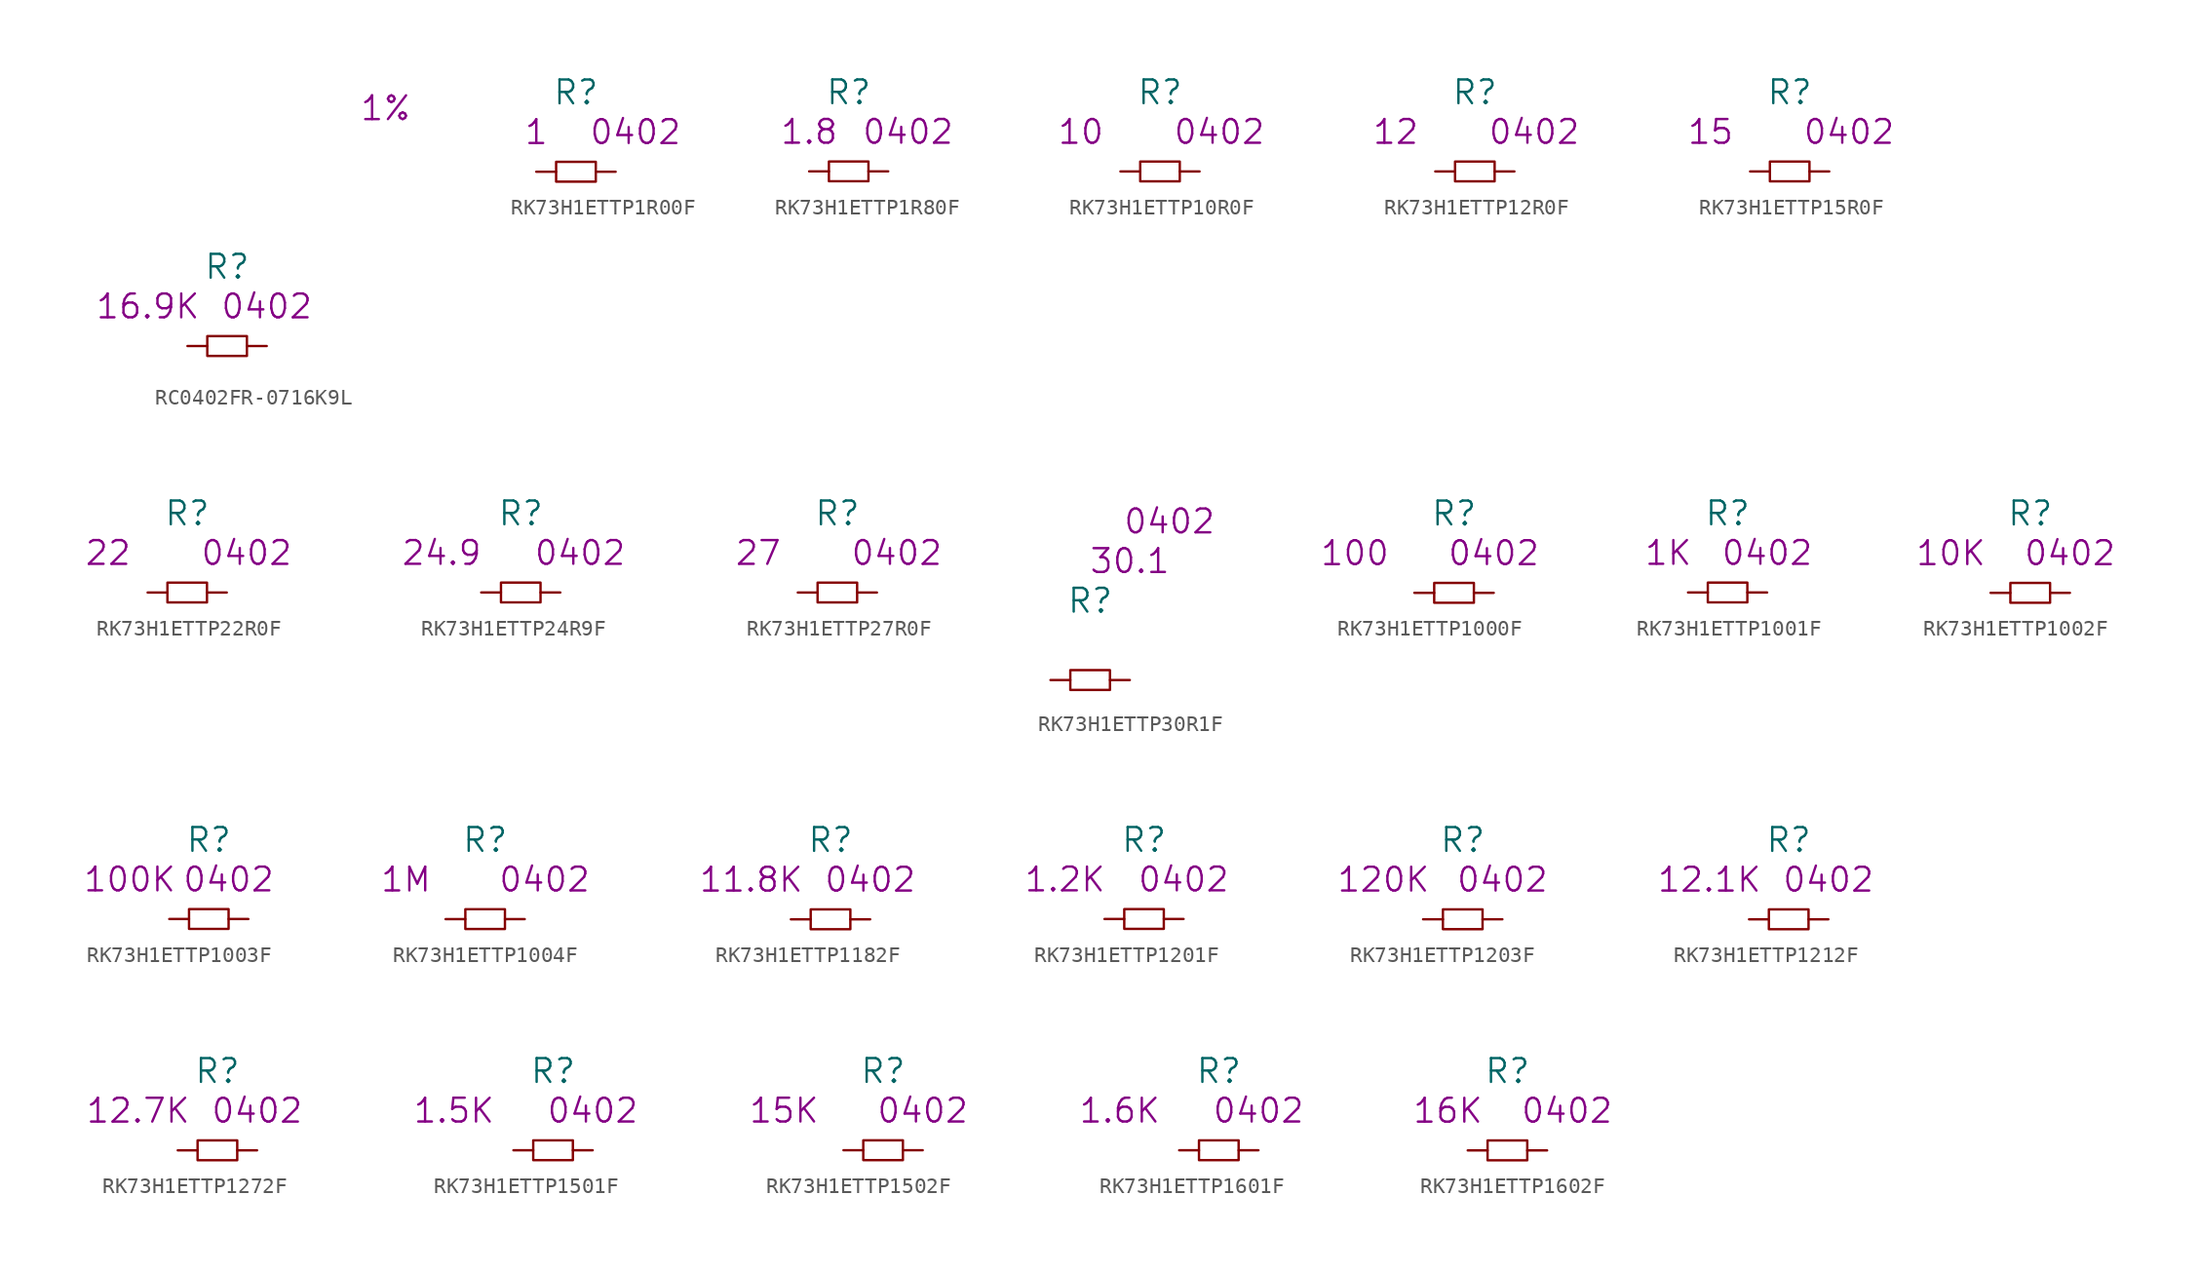
<source format=kicad_sym>
(kicad_symbol_lib
  (version 20220914)
  (generator kicad_symbol_editor)
  (symbol "RC0402FR-0716K9L"
    (pin_numbers hide)
    (pin_names
      (offset 1.016) hide)
    (property "Reference" "R"
      (at 0 5.08 0)
      (effects (font (size 1.524 1.524))))
    (property "Value2" "16.9K"
      (at -5.08 2.54 0)
      (effects (font (size 1.524 1.524))))
    (property "Size" "0402"
      (at 2.54 2.54 0)
      (effects (font (size 1.524 1.524))))
    (property "Tolerance" "1%"
      (at 10.16 15.24 0)
      (effects (font (size 1.524 1.524))))
    (symbol "RC0402FR-0716K9L_0_1"
      (rectangle (start -1.27 0.635) (end 1.27 -0.635) (stroke (width 0) (type solid)) (fill (type none))))
    (symbol "RC0402FR-0716K9L_1_1"
      (pin passive line (at -2.54 0 0) (length 1.27) (name "1" (effects (font (size 1.27 1.27)))) (number "1" (effects (font (size 1.27 1.27)))))
      (pin passive line (at 2.54 0 180) (length 1.27) (name "2" (effects (font (size 1.27 1.27)))) (number "2" (effects (font (size 1.27 1.27)))))))
  (symbol "RK73H1ETTP1R00F"
    (pin_numbers hide)
    (pin_names
      (offset 1.016) hide)
    (property "Reference" "R"
      (at 0 5.08 0)
      (effects (font (size 1.524 1.524))))
    (property "Datasheet" ""
      (at 0 5.08 0)
      (effects (font (size 1.524 1.524))))
    (property "Size" "0402"
      (at 3.81 2.54 0)
      (effects (font (size 1.524 1.524))))
    (property "Value2" "1"
      (at -2.54 2.54 0)
      (effects (font (size 1.524 1.524))))
    (symbol "RK73H1ETTP1R00F_0_1"
      (rectangle (start -1.27 0.635) (end 1.27 -0.635) (stroke (width 0) (type solid)) (fill (type none))))
    (symbol "RK73H1ETTP1R00F_1_1"
      (pin passive line (at -2.54 0 0) (length 1.27) (name "1" (effects (font (size 1.27 1.27)))) (number "1" (effects (font (size 1.27 1.27)))))
      (pin passive line (at 2.54 0 180) (length 1.27) (name "2" (effects (font (size 1.27 1.27)))) (number "2" (effects (font (size 1.27 1.27)))))))
  (symbol "RK73H1ETTP1R80F"
    (pin_numbers hide)
    (pin_names
      (offset 1.016) hide)
    (property "Reference" "R"
      (at 0 5.08 0)
      (effects (font (size 1.524 1.524))))
    (property "Datasheet" ""
      (at 0 5.08 0)
      (effects (font (size 1.524 1.524))))
    (property "Size" "0402"
      (at 3.81 2.54 0)
      (effects (font (size 1.524 1.524))))
    (property "Value2" "1.8"
      (at -2.54 2.54 0)
      (effects (font (size 1.524 1.524))))
    (symbol "RK73H1ETTP1R80F_0_1"
      (rectangle (start -1.27 0.635) (end 1.27 -0.635) (stroke (width 0) (type solid)) (fill (type none))))
    (symbol "RK73H1ETTP1R80F_1_1"
      (pin passive line (at -2.54 0 0) (length 1.27) (name "1" (effects (font (size 1.27 1.27)))) (number "1" (effects (font (size 1.27 1.27)))))
      (pin passive line (at 2.54 0 180) (length 1.27) (name "2" (effects (font (size 1.27 1.27)))) (number "2" (effects (font (size 1.27 1.27)))))))
  (symbol "RK73H1ETTP10R0F"
    (pin_numbers hide)
    (pin_names
      (offset 1.016) hide)
    (property "Reference" "R"
      (at 0 5.08 0)
      (effects (font (size 1.524 1.524))))
    (property "Datasheet" ""
      (at 0 5.08 0)
      (effects (font (size 1.524 1.524))))
    (property "Value2" "10"
      (at -5.08 2.54 0)
      (effects (font (size 1.524 1.524))))
    (property "Size" "0402"
      (at 3.81 2.54 0)
      (effects (font (size 1.524 1.524))))
    (symbol "RK73H1ETTP10R0F_0_1"
      (rectangle (start -1.27 0.635) (end 1.27 -0.635) (stroke (width 0) (type solid)) (fill (type none))))
    (symbol "RK73H1ETTP10R0F_1_1"
      (pin passive line (at -2.54 0 0) (length 1.27) (name "1" (effects (font (size 1.27 1.27)))) (number "1" (effects (font (size 1.27 1.27)))))
      (pin passive line (at 2.54 0 180) (length 1.27) (name "2" (effects (font (size 1.27 1.27)))) (number "2" (effects (font (size 1.27 1.27)))))))
  (symbol "RK73H1ETTP12R0F"
    (pin_numbers hide)
    (pin_names
      (offset 1.016) hide)
    (property "Reference" "R"
      (at 0 5.08 0)
      (effects (font (size 1.524 1.524))))
    (property "Datasheet" ""
      (at 0 5.08 0)
      (effects (font (size 1.524 1.524))))
    (property "Value2" "12"
      (at -5.08 2.54 0)
      (effects (font (size 1.524 1.524))))
    (property "Size" "0402"
      (at 3.81 2.54 0)
      (effects (font (size 1.524 1.524))))
    (symbol "RK73H1ETTP12R0F_0_1"
      (rectangle (start -1.27 0.635) (end 1.27 -0.635) (stroke (width 0) (type solid)) (fill (type none))))
    (symbol "RK73H1ETTP12R0F_1_1"
      (pin passive line (at -2.54 0 0) (length 1.27) (name "1" (effects (font (size 1.27 1.27)))) (number "1" (effects (font (size 1.27 1.27)))))
      (pin passive line (at 2.54 0 180) (length 1.27) (name "2" (effects (font (size 1.27 1.27)))) (number "2" (effects (font (size 1.27 1.27)))))))
  (symbol "RK73H1ETTP15R0F"
    (pin_numbers hide)
    (pin_names
      (offset 1.016) hide)
    (property "Reference" "R"
      (at 0 5.08 0)
      (effects (font (size 1.524 1.524))))
    (property "Datasheet" ""
      (at 0 5.08 0)
      (effects (font (size 1.524 1.524))))
    (property "Value2" "15"
      (at -5.08 2.54 0)
      (effects (font (size 1.524 1.524))))
    (property "Size" "0402"
      (at 3.81 2.54 0)
      (effects (font (size 1.524 1.524))))
    (symbol "RK73H1ETTP15R0F_0_1"
      (rectangle (start -1.27 0.635) (end 1.27 -0.635) (stroke (width 0) (type solid)) (fill (type none))))
    (symbol "RK73H1ETTP15R0F_1_1"
      (pin passive line (at -2.54 0 0) (length 1.27) (name "1" (effects (font (size 1.27 1.27)))) (number "1" (effects (font (size 1.27 1.27)))))
      (pin passive line (at 2.54 0 180) (length 1.27) (name "2" (effects (font (size 1.27 1.27)))) (number "2" (effects (font (size 1.27 1.27)))))))
  (symbol "RK73H1ETTP22R0F"
    (pin_numbers hide)
    (pin_names
      (offset 1.016) hide)
    (property "Reference" "R"
      (at 0 5.08 0)
      (effects (font (size 1.524 1.524))))
    (property "Datasheet" ""
      (at 0 5.08 0)
      (effects (font (size 1.524 1.524))))
    (property "Value2" "22"
      (at -5.08 2.54 0)
      (effects (font (size 1.524 1.524))))
    (property "Size" "0402"
      (at 3.81 2.54 0)
      (effects (font (size 1.524 1.524))))
    (symbol "RK73H1ETTP22R0F_0_1"
      (rectangle (start -1.27 0.635) (end 1.27 -0.635) (stroke (width 0) (type solid)) (fill (type none))))
    (symbol "RK73H1ETTP22R0F_1_1"
      (pin passive line (at -2.54 0 0) (length 1.27) (name "1" (effects (font (size 1.27 1.27)))) (number "1" (effects (font (size 1.27 1.27)))))
      (pin passive line (at 2.54 0 180) (length 1.27) (name "2" (effects (font (size 1.27 1.27)))) (number "2" (effects (font (size 1.27 1.27)))))))
  (symbol "RK73H1ETTP24R9F"
    (pin_numbers hide)
    (pin_names
      (offset 1.016) hide)
    (property "Reference" "R"
      (at 0 5.08 0)
      (effects (font (size 1.524 1.524))))
    (property "Value2" "24.9"
      (at -5.08 2.54 0)
      (effects (font (size 1.524 1.524))))
    (property "Size" "0402"
      (at 3.81 2.54 0)
      (effects (font (size 1.524 1.524))))
    (symbol "RK73H1ETTP24R9F_0_1"
      (rectangle (start -1.27 0.635) (end 1.27 -0.635) (stroke (width 0) (type solid)) (fill (type none))))
    (symbol "RK73H1ETTP24R9F_1_1"
      (pin passive line (at -2.54 0 0) (length 1.27) (name "1" (effects (font (size 1.27 1.27)))) (number "1" (effects (font (size 1.27 1.27)))))
      (pin passive line (at 2.54 0 180) (length 1.27) (name "2" (effects (font (size 1.27 1.27)))) (number "2" (effects (font (size 1.27 1.27)))))))
  (symbol "RK73H1ETTP27R0F"
    (pin_numbers hide)
    (pin_names
      (offset 1.016) hide)
    (property "Reference" "R"
      (at 0 5.08 0)
      (effects (font (size 1.524 1.524))))
    (property "Datasheet" ""
      (at 0 5.08 0)
      (effects (font (size 1.524 1.524))))
    (property "Value2" "27"
      (at -5.08 2.54 0)
      (effects (font (size 1.524 1.524))))
    (property "Size" "0402"
      (at 3.81 2.54 0)
      (effects (font (size 1.524 1.524))))
    (symbol "RK73H1ETTP27R0F_0_1"
      (rectangle (start -1.27 0.635) (end 1.27 -0.635) (stroke (width 0) (type solid)) (fill (type none))))
    (symbol "RK73H1ETTP27R0F_1_1"
      (pin passive line (at -2.54 0 0) (length 1.27) (name "1" (effects (font (size 1.27 1.27)))) (number "1" (effects (font (size 1.27 1.27)))))
      (pin passive line (at 2.54 0 180) (length 1.27) (name "2" (effects (font (size 1.27 1.27)))) (number "2" (effects (font (size 1.27 1.27)))))))
  (symbol "RK73H1ETTP30R1F"
    (pin_numbers hide)
    (pin_names
      (offset 1.016) hide)
    (property "Reference" "R"
      (at 0 5.08 0)
      (effects (font (size 1.524 1.524))))
    (property "Datasheet" ""
      (at 0 5.08 0)
      (effects (font (size 1.524 1.524))))
    (property "Value2" "30.1"
      (at 2.54 7.62 0)
      (effects (font (size 1.524 1.524))))
    (property "Size" "0402"
      (at 5.08 10.16 0)
      (effects (font (size 1.524 1.524))))
    (symbol "RK73H1ETTP30R1F_0_1"
      (rectangle (start -1.27 0.635) (end 1.27 -0.635) (stroke (width 0) (type solid)) (fill (type none))))
    (symbol "RK73H1ETTP30R1F_1_1"
      (pin passive line (at -2.54 0 0) (length 1.27) (name "1" (effects (font (size 1.27 1.27)))) (number "1" (effects (font (size 1.27 1.27)))))
      (pin passive line (at 2.54 0 180) (length 1.27) (name "2" (effects (font (size 1.27 1.27)))) (number "2" (effects (font (size 1.27 1.27)))))))
  (symbol "RK73H1ETTP1000F"
    (pin_numbers hide)
    (pin_names
      (offset 1.016) hide)
    (property "Reference" "R"
      (at 0 5.08 0)
      (effects (font (size 1.524 1.524))))
    (property "Datasheet" ""
      (at 0 5.08 0)
      (effects (font (size 1.524 1.524))))
    (property "Value2" "100"
      (at -6.35 2.54 0)
      (effects (font (size 1.524 1.524))))
    (property "Size" "0402"
      (at 2.54 2.54 0)
      (effects (font (size 1.524 1.524))))
    (symbol "RK73H1ETTP1000F_0_1"
      (rectangle (start -1.27 0.635) (end 1.27 -0.635) (stroke (width 0) (type solid)) (fill (type none))))
    (symbol "RK73H1ETTP1000F_1_1"
      (pin passive line (at -2.54 0 0) (length 1.27) (name "1" (effects (font (size 1.27 1.27)))) (number "1" (effects (font (size 1.27 1.27)))))
      (pin passive line (at 2.54 0 180) (length 1.27) (name "2" (effects (font (size 1.27 1.27)))) (number "2" (effects (font (size 1.27 1.27)))))))
  (symbol "RK73H1ETTP1001F"
    (pin_numbers hide)
    (pin_names
      (offset 1.016) hide)
    (property "Reference" "R"
      (at 0 5.08 0)
      (effects (font (size 1.524 1.524))))
    (property "Datasheet" ""
      (at 0 5.08 0)
      (effects (font (size 1.524 1.524))))
    (property "Value2" "1K"
      (at -3.81 2.54 0)
      (effects (font (size 1.524 1.524))))
    (property "Size" "0402"
      (at 2.54 2.54 0)
      (effects (font (size 1.524 1.524))))
    (symbol "RK73H1ETTP1001F_0_1"
      (rectangle (start -1.27 0.635) (end 1.27 -0.635) (stroke (width 0) (type solid)) (fill (type none))))
    (symbol "RK73H1ETTP1001F_1_1"
      (pin passive line (at -2.54 0 0) (length 1.27) (name "1" (effects (font (size 1.27 1.27)))) (number "1" (effects (font (size 1.27 1.27)))))
      (pin passive line (at 2.54 0 180) (length 1.27) (name "2" (effects (font (size 1.27 1.27)))) (number "2" (effects (font (size 1.27 1.27)))))))
  (symbol "RK73H1ETTP1002F"
    (pin_numbers hide)
    (pin_names
      (offset 1.016) hide)
    (property "Reference" "R"
      (at 0 5.08 0)
      (effects (font (size 1.524 1.524))))
    (property "Datasheet" ""
      (at 0 5.08 0)
      (effects (font (size 1.524 1.524))))
    (property "Value2" "10K"
      (at -5.08 2.54 0)
      (effects (font (size 1.524 1.524))))
    (property "Size" "0402"
      (at 2.54 2.54 0)
      (effects (font (size 1.524 1.524))))
    (symbol "RK73H1ETTP1002F_0_1"
      (rectangle (start -1.27 0.635) (end 1.27 -0.635) (stroke (width 0) (type solid)) (fill (type none))))
    (symbol "RK73H1ETTP1002F_1_1"
      (pin passive line (at -2.54 0 0) (length 1.27) (name "1" (effects (font (size 1.27 1.27)))) (number "1" (effects (font (size 1.27 1.27)))))
      (pin passive line (at 2.54 0 180) (length 1.27) (name "2" (effects (font (size 1.27 1.27)))) (number "2" (effects (font (size 1.27 1.27)))))))
  (symbol "RK73H1ETTP1003F"
    (pin_numbers hide)
    (pin_names
      (offset 1.016) hide)
    (property "Reference" "R"
      (at 0 5.08 0)
      (effects (font (size 1.524 1.524))))
    (property "Datasheet" ""
      (at 0 0 0)
      (effects (font (size 1.524 1.524))))
    (property "Value2" "100K"
      (at -5.08 2.54 0)
      (effects (font (size 1.524 1.524))))
    (property "Size" "0402"
      (at 1.27 2.54 0)
      (effects (font (size 1.524 1.524))))
    (symbol "RK73H1ETTP1003F_0_1"
      (rectangle (start -1.27 0.635) (end 1.27 -0.635) (stroke (width 0) (type solid)) (fill (type none))))
    (symbol "RK73H1ETTP1003F_1_1"
      (pin passive line (at -2.54 0 0) (length 1.27) (name "1" (effects (font (size 1.27 1.27)))) (number "1" (effects (font (size 1.27 1.27)))))
      (pin passive line (at 2.54 0 180) (length 1.27) (name "2" (effects (font (size 1.27 1.27)))) (number "2" (effects (font (size 1.27 1.27)))))))
  (symbol "RK73H1ETTP1004F"
    (pin_numbers hide)
    (pin_names
      (offset 1.016) hide)
    (property "Reference" "R"
      (at 0 5.08 0)
      (effects (font (size 1.524 1.524))))
    (property "Datasheet" ""
      (at 0 5.08 0)
      (effects (font (size 1.524 1.524))))
    (property "Value2" "1M"
      (at -5.08 2.54 0)
      (effects (font (size 1.524 1.524))))
    (property "Size" "0402"
      (at 3.81 2.54 0)
      (effects (font (size 1.524 1.524))))
    (symbol "RK73H1ETTP1004F_0_1"
      (rectangle (start -1.27 0.635) (end 1.27 -0.635) (stroke (width 0) (type solid)) (fill (type none))))
    (symbol "RK73H1ETTP1004F_1_1"
      (pin passive line (at -2.54 0 0) (length 1.27) (name "1" (effects (font (size 1.27 1.27)))) (number "1" (effects (font (size 1.27 1.27)))))
      (pin passive line (at 2.54 0 180) (length 1.27) (name "2" (effects (font (size 1.27 1.27)))) (number "2" (effects (font (size 1.27 1.27)))))))
  (symbol "RK73H1ETTP1182F"
    (pin_numbers hide)
    (pin_names
      (offset 1.016) hide)
    (property "Reference" "R"
      (at 0 5.08 0)
      (effects (font (size 1.524 1.524))))
    (property "Datasheet" ""
      (at 0 5.08 0)
      (effects (font (size 1.524 1.524))))
    (property "Value2" "11.8K"
      (at -5.08 2.54 0)
      (effects (font (size 1.524 1.524))))
    (property "Size" "0402"
      (at 2.54 2.54 0)
      (effects (font (size 1.524 1.524))))
    (symbol "RK73H1ETTP1182F_0_1"
      (rectangle (start -1.27 0.635) (end 1.27 -0.635) (stroke (width 0) (type solid)) (fill (type none))))
    (symbol "RK73H1ETTP1182F_1_1"
      (pin passive line (at -2.54 0 0) (length 1.27) (name "1" (effects (font (size 1.27 1.27)))) (number "1" (effects (font (size 1.27 1.27)))))
      (pin passive line (at 2.54 0 180) (length 1.27) (name "2" (effects (font (size 1.27 1.27)))) (number "2" (effects (font (size 1.27 1.27)))))))
  (symbol "RK73H1ETTP1201F"
    (pin_numbers hide)
    (pin_names
      (offset 1.016) hide)
    (property "Reference" "R"
      (at 0 5.08 0)
      (effects (font (size 1.524 1.524))))
    (property "Datasheet" ""
      (at 0 5.08 0)
      (effects (font (size 1.524 1.524))))
    (property "Size" "0402"
      (at 2.54 2.54 0)
      (effects (font (size 1.524 1.524))))
    (property "Value2" "1.2K"
      (at -5.08 2.54 0)
      (effects (font (size 1.524 1.524))))
    (symbol "RK73H1ETTP1201F_0_1"
      (rectangle (start -1.27 0.635) (end 1.27 -0.635) (stroke (width 0) (type solid)) (fill (type none))))
    (symbol "RK73H1ETTP1201F_1_1"
      (pin passive line (at -2.54 0 0) (length 1.27) (name "1" (effects (font (size 1.27 1.27)))) (number "1" (effects (font (size 1.27 1.27)))))
      (pin passive line (at 2.54 0 180) (length 1.27) (name "2" (effects (font (size 1.27 1.27)))) (number "2" (effects (font (size 1.27 1.27)))))))
  (symbol "RK73H1ETTP1203F"
    (pin_numbers hide)
    (pin_names
      (offset 1.016) hide)
    (property "Reference" "R"
      (at 0 5.08 0)
      (effects (font (size 1.524 1.524))))
    (property "Datasheet" ""
      (at 0 5.08 0)
      (effects (font (size 1.524 1.524))))
    (property "Size" "0402"
      (at 2.54 2.54 0)
      (effects (font (size 1.524 1.524))))
    (property "Value2" "120K"
      (at -5.08 2.54 0)
      (effects (font (size 1.524 1.524))))
    (symbol "RK73H1ETTP1203F_0_1"
      (rectangle (start -1.27 0.635) (end 1.27 -0.635) (stroke (width 0) (type solid)) (fill (type none))))
    (symbol "RK73H1ETTP1203F_1_1"
      (pin passive line (at -2.54 0 0) (length 1.27) (name "1" (effects (font (size 1.27 1.27)))) (number "1" (effects (font (size 1.27 1.27)))))
      (pin passive line (at 2.54 0 180) (length 1.27) (name "2" (effects (font (size 1.27 1.27)))) (number "2" (effects (font (size 1.27 1.27)))))))
  (symbol "RK73H1ETTP1212F"
    (pin_numbers hide)
    (pin_names
      (offset 1.016) hide)
    (property "Reference" "R"
      (at 0 5.08 0)
      (effects (font (size 1.524 1.524))))
    (property "Datasheet" ""
      (at 0 5.08 0)
      (effects (font (size 1.524 1.524))))
    (property "Value2" "12.1K"
      (at -5.08 2.54 0)
      (effects (font (size 1.524 1.524))))
    (property "Size" "0402"
      (at 2.54 2.54 0)
      (effects (font (size 1.524 1.524))))
    (symbol "RK73H1ETTP1212F_0_1"
      (rectangle (start -1.27 0.635) (end 1.27 -0.635) (stroke (width 0) (type solid)) (fill (type none))))
    (symbol "RK73H1ETTP1212F_1_1"
      (pin input line (at -2.54 0 0) (length 1.27) (name "1" (effects (font (size 1.27 1.27)))) (number "1" (effects (font (size 1.27 1.27)))))
      (pin input line (at 2.54 0 180) (length 1.27) (name "2" (effects (font (size 1.27 1.27)))) (number "2" (effects (font (size 1.27 1.27)))))))
  (symbol "RK73H1ETTP1272F"
    (pin_numbers hide)
    (pin_names
      (offset 1.016) hide)
    (property "Reference" "R"
      (at 0 5.08 0)
      (effects (font (size 1.524 1.524))))
    (property "Datasheet" ""
      (at 0 5.08 0)
      (effects (font (size 1.524 1.524))))
    (property "Value2" "12.7K"
      (at -5.08 2.54 0)
      (effects (font (size 1.524 1.524))))
    (property "Size" "0402"
      (at 2.54 2.54 0)
      (effects (font (size 1.524 1.524))))
    (symbol "RK73H1ETTP1272F_0_1"
      (rectangle (start -1.27 0.635) (end 1.27 -0.635) (stroke (width 0) (type solid)) (fill (type none))))
    (symbol "RK73H1ETTP1272F_1_1"
      (pin passive line (at -2.54 0 0) (length 1.27) (name "1" (effects (font (size 1.27 1.27)))) (number "1" (effects (font (size 1.27 1.27)))))
      (pin passive line (at 2.54 0 180) (length 1.27) (name "2" (effects (font (size 1.27 1.27)))) (number "2" (effects (font (size 1.27 1.27)))))))
  (symbol "RK73H1ETTP1501F"
    (pin_numbers hide)
    (pin_names
      (offset 1.016) hide)
    (property "Reference" "R"
      (at 0 5.08 0)
      (effects (font (size 1.524 1.524))))
    (property "Datasheet" ""
      (at 0 0 0)
      (effects (font (size 1.524 1.524))))
    (property "Value2" "1.5K"
      (at -6.35 2.54 0)
      (effects (font (size 1.524 1.524))))
    (property "Size" "0402"
      (at 2.54 2.54 0)
      (effects (font (size 1.524 1.524))))
    (symbol "RK73H1ETTP1501F_0_1"
      (rectangle (start -1.27 0.635) (end 1.27 -0.635) (stroke (width 0) (type solid)) (fill (type none))))
    (symbol "RK73H1ETTP1501F_1_1"
      (pin passive line (at -2.54 0 0) (length 1.27) (name "1" (effects (font (size 1.27 1.27)))) (number "1" (effects (font (size 1.27 1.27)))))
      (pin passive line (at 2.54 0 180) (length 1.27) (name "2" (effects (font (size 1.27 1.27)))) (number "2" (effects (font (size 1.27 1.27)))))))
  (symbol "RK73H1ETTP1502F"
    (pin_numbers hide)
    (pin_names
      (offset 1.016) hide)
    (property "Reference" "R"
      (at 0 5.08 0)
      (effects (font (size 1.524 1.524))))
    (property "Datasheet" ""
      (at 0 0 0)
      (effects (font (size 1.524 1.524))))
    (property "Value2" "15K"
      (at -6.35 2.54 0)
      (effects (font (size 1.524 1.524))))
    (property "Size" "0402"
      (at 2.54 2.54 0)
      (effects (font (size 1.524 1.524))))
    (symbol "RK73H1ETTP1502F_0_1"
      (rectangle (start -1.27 0.635) (end 1.27 -0.635) (stroke (width 0) (type solid)) (fill (type none))))
    (symbol "RK73H1ETTP1502F_1_1"
      (pin passive line (at -2.54 0 0) (length 1.27) (name "1" (effects (font (size 1.27 1.27)))) (number "1" (effects (font (size 1.27 1.27)))))
      (pin passive line (at 2.54 0 180) (length 1.27) (name "2" (effects (font (size 1.27 1.27)))) (number "2" (effects (font (size 1.27 1.27)))))))
  (symbol "RK73H1ETTP1601F"
    (pin_numbers hide)
    (pin_names
      (offset 1.016) hide)
    (property "Reference" "R"
      (at 0 5.08 0)
      (effects (font (size 1.524 1.524))))
    (property "Datasheet" ""
      (at 0 0 0)
      (effects (font (size 1.524 1.524))))
    (property "Value2" "1.6K"
      (at -6.35 2.54 0)
      (effects (font (size 1.524 1.524))))
    (property "Size" "0402"
      (at 2.54 2.54 0)
      (effects (font (size 1.524 1.524))))
    (symbol "RK73H1ETTP1601F_0_1"
      (rectangle (start -1.27 0.635) (end 1.27 -0.635) (stroke (width 0) (type solid)) (fill (type none))))
    (symbol "RK73H1ETTP1601F_1_1"
      (pin passive line (at -2.54 0 0) (length 1.27) (name "1" (effects (font (size 1.27 1.27)))) (number "1" (effects (font (size 1.27 1.27)))))
      (pin passive line (at 2.54 0 180) (length 1.27) (name "2" (effects (font (size 1.27 1.27)))) (number "2" (effects (font (size 1.27 1.27)))))))
  (symbol "RK73H1ETTP1602F"
    (pin_numbers hide)
    (pin_names
      (offset 1.016) hide)
    (property "Reference" "R"
      (at 0 5.08 0)
      (effects (font (size 1.524 1.524))))
    (property "Datasheet" ""
      (at 0 0 0)
      (effects (font (size 1.524 1.524))))
    (property "Value2" "16K"
      (at -3.81 2.54 0)
      (effects (font (size 1.524 1.524))))
    (property "Size" "0402"
      (at 3.81 2.54 0)
      (effects (font (size 1.524 1.524))))
    (symbol "RK73H1ETTP1602F_0_1"
      (rectangle (start -1.27 0.635) (end 1.27 -0.635) (stroke (width 0) (type solid)) (fill (type none))))
    (symbol "RK73H1ETTP1602F_1_1"
      (pin passive line (at -2.54 0 0) (length 1.27) (name "1" (effects (font (size 1.27 1.27)))) (number "1" (effects (font (size 1.27 1.27)))))
      (pin passive line (at 2.54 0 180) (length 1.27) (name "2" (effects (font (size 1.27 1.27)))) (number "2" (effects (font (size 1.27 1.27))))))))
</source>
